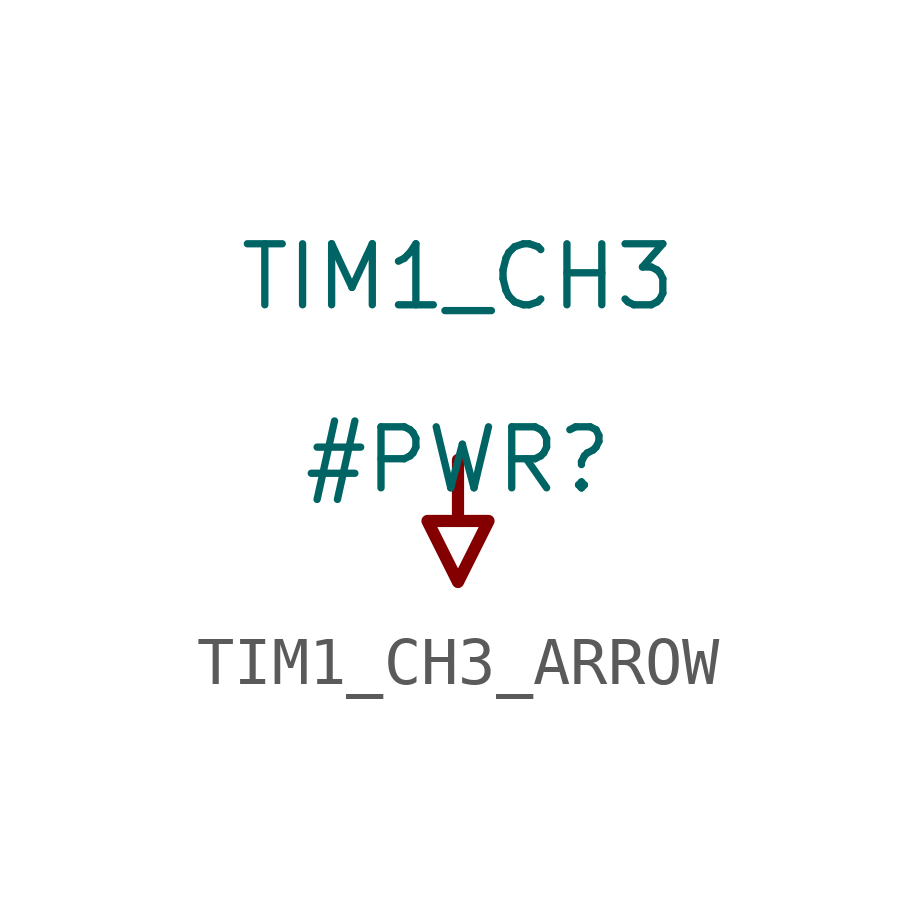
<source format=kicad_sym>
(kicad_symbol_lib
  (version 20231120)
  (generator "kicad_symbol_editor")
  (generator_version "8.0")
  (symbol "TIM1_CH3_ARROW"
    (power)
    (property "Reference" "#PWR"
      (at 0 0 0)
      (effects (font (size 1.27 1.27))))
    (property "Value" "TIM1_CH3"
      (at 0 3.81 0)
      (effects (font (size 1.27 1.27))))
    (symbol "TIM1_CH3_ARROW_0_0"
      (polyline (pts (xy 0 0) (xy 0 -1.27)) (stroke (width 0.254) (type solid)) (fill (type none)))
      (polyline (pts (xy -0.635 -1.27) (xy 0.635 -1.27) (xy 0 -2.54) (xy -0.635 -1.27)) (stroke (width 0.254) (type solid)) (fill (type none)))
      (pin power_in line (at 0 0 0) (length 0) hide (name "TIM1_CH3" (effects (font (size 1.27 1.27)))) (number "" (effects (font (size 1.27 1.27))))))))
</source>
